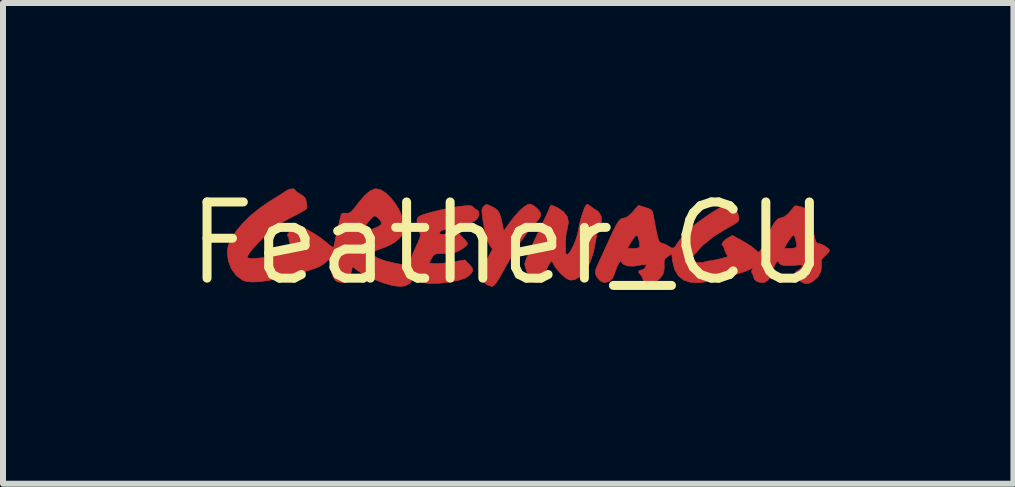
<source format=kicad_pcb>
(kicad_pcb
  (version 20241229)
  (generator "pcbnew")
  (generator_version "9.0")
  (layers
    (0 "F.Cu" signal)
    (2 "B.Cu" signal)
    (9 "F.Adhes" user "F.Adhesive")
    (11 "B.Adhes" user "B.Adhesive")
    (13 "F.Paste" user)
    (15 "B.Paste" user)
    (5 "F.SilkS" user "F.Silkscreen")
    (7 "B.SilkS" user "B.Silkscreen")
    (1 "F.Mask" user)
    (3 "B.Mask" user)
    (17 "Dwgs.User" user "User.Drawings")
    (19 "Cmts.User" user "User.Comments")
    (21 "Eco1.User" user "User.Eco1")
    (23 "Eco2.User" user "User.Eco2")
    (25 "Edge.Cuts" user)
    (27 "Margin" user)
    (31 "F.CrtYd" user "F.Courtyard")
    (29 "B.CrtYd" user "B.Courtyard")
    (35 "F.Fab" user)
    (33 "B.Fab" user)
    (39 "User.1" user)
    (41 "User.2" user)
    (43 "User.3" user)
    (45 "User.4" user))
  (footprint "Feather_CU"
    (layer "F.Cu")
    (at 5.42 1.006)
    (property "Reference" "Feather_CU" (at 0 0 0) (layer "F.SilkS") (effects (font (size 1.27 1.27) (thickness 0.15))))
    (attr through_hole)
    (fp_poly (pts (xy 0.399 -0.643) (xy 0.45 -0.608) (xy 0.478 -0.585) (xy 0.521 -0.539) (xy 0.541 -0.498) (xy 0.537 -0.453) (xy 0.506 -0.399) (xy 0.446 -0.327) (xy 0.393 -0.27) (xy 0.302 -0.162) (xy 0.199 -0.017) (xy 0.085 0.165) (xy -0.039 0.38) (xy -0.115 0.519) (xy -0.177 0.624) (xy -0.227 0.691) (xy -0.266 0.718) (xy -0.274 0.719) (xy -0.3 0.711) (xy -0.346 0.692) (xy -0.35 0.69) (xy -0.409 0.646) (xy -0.452 0.58) (xy -0.466 0.52) (xy -0.456 0.49) (xy -0.431 0.432) (xy -0.395 0.355) (xy -0.364 0.293) (xy -0.262 0.095) (xy -0.309 0.026) (xy -0.341 -0.033) (xy -0.368 -0.111) (xy -0.393 -0.217) (xy -0.416 -0.356) (xy -0.426 -0.421) (xy -0.436 -0.503) (xy -0.438 -0.555) (xy -0.431 -0.587) (xy -0.413 -0.612) (xy -0.407 -0.618) (xy -0.381 -0.641) (xy -0.357 -0.647) (xy -0.32 -0.636) (xy -0.27 -0.612) (xy -0.211 -0.579) (xy -0.17 -0.543) (xy -0.142 -0.492) (xy -0.119 -0.417) (xy -0.102 -0.341) (xy -0.074 -0.205) (xy 0.000459 -0.311) (xy 0.093 -0.435) (xy 0.181 -0.535) (xy 0.261 -0.607) (xy 0.328 -0.648) (xy 0.363 -0.656) (xy 0.399 -0.643)) (stroke (width 0.01) (type solid)) (fill yes) (layer "F.Cu"))
    (fp_poly (pts (xy 1.336 -0.643) (xy 1.379 -0.615) (xy 1.392 -0.604) (xy 1.437 -0.57) (xy 1.47 -0.551) (xy 1.475 -0.55) (xy 1.497 -0.534) (xy 1.527 -0.494) (xy 1.531 -0.487) (xy 1.554 -0.437) (xy 1.556 -0.387) (xy 1.545 -0.339) (xy 1.527 -0.286) (xy 1.51 -0.257) (xy 1.505 -0.254) (xy 1.495 -0.235) (xy 1.482 -0.183) (xy 1.469 -0.107) (xy 1.463 -0.069) (xy 1.422 0.143) (xy 1.364 0.317) (xy 1.289 0.454) (xy 1.198 0.552) (xy 1.177 0.567) (xy 1.102 0.607) (xy 1.036 0.613) (xy 0.968 0.585) (xy 0.893 0.521) (xy 0.874 0.502) (xy 0.819 0.439) (xy 0.776 0.383) (xy 0.753 0.344) (xy 0.753 0.343) (xy 0.736 0.307) (xy 0.724 0.296) (xy 0.703 0.314) (xy 0.674 0.359) (xy 0.644 0.418) (xy 0.617 0.479) (xy 0.605 0.519) (xy 0.574 0.588) (xy 0.524 0.638) (xy 0.47 0.656) (xy 0.424 0.641) (xy 0.397 0.619) (xy 0.353 0.556) (xy 0.313 0.477) (xy 0.285 0.399) (xy 0.275 0.343) (xy 0.284 0.306) (xy 0.31 0.238) (xy 0.349 0.144) (xy 0.4 0.03) (xy 0.459 -0.097) (xy 0.487 -0.156) (xy 0.547 -0.282) (xy 0.601 -0.395) (xy 0.646 -0.491) (xy 0.678 -0.563) (xy 0.696 -0.605) (xy 0.699 -0.614) (xy 0.71 -0.633) (xy 0.748 -0.627) (xy 0.816 -0.597) (xy 0.821 -0.595) (xy 0.922 -0.527) (xy 0.983 -0.448) (xy 1.004 -0.355) (xy 0.986 -0.248) (xy 0.981 -0.233) (xy 0.969 -0.181) (xy 0.96 -0.108) (xy 0.955 -0.025) (xy 0.954 0.056) (xy 0.956 0.126) (xy 0.963 0.175) (xy 0.973 0.191) (xy 1.007 0.171) (xy 1.045 0.119) (xy 1.085 0.043) (xy 1.123 -0.048) (xy 1.154 -0.146) (xy 1.175 -0.243) (xy 1.177 -0.258) (xy 1.191 -0.33) (xy 1.212 -0.414) (xy 1.238 -0.498) (xy 1.265 -0.573) (xy 1.29 -0.627) (xy 1.308 -0.651) (xy 1.309 -0.651) (xy 1.336 -0.643)) (stroke (width 0.01) (type solid)) (fill yes) (layer "F.Cu"))
    (fp_poly (pts (xy 3.668 -0.623) (xy 3.722 -0.593) (xy 3.776 -0.554) (xy 3.817 -0.515) (xy 3.831 -0.488) (xy 3.837 -0.441) (xy 3.844 -0.41) (xy 3.845 -0.387) (xy 3.831 -0.365) (xy 3.797 -0.338) (xy 3.736 -0.301) (xy 3.651 -0.254) (xy 3.428 -0.118) (xy 3.244 0.031) (xy 3.1 0.187) (xy 3.005 0.307) (xy 3.127 0.318) (xy 3.195 0.321) (xy 3.243 0.32) (xy 3.26 0.315) (xy 3.285 0.305) (xy 3.338 0.294) (xy 3.376 0.289) (xy 3.461 0.274) (xy 3.547 0.254) (xy 3.571 0.248) (xy 3.661 0.221) (xy 3.629 0.161) (xy 3.607 0.11) (xy 3.598 0.073) (xy 3.583 0.042) (xy 3.574 0.038) (xy 3.56 0.018) (xy 3.576 -0.017) (xy 3.614 -0.058) (xy 3.667 -0.094) (xy 3.739 -0.132) (xy 3.897 -0.045) (xy 3.978 0.002) (xy 4.049 0.049) (xy 4.099 0.088) (xy 4.106 0.095) (xy 4.146 0.131) (xy 4.177 0.148) (xy 4.179 0.148) (xy 4.196 0.13) (xy 4.223 0.085) (xy 4.595 0.085) (xy 4.677 0.085) (xy 4.739 0.082) (xy 4.785 0.074) (xy 4.79 0.073) (xy 4.808 0.05) (xy 4.806 0.001) (xy 4.786 -0.081) (xy 4.771 -0.127) (xy 4.754 -0.137) (xy 4.722 -0.11) (xy 4.675 -0.046) (xy 4.636 0.016) (xy 4.595 0.085) (xy 4.223 0.085) (xy 4.225 0.08) (xy 4.261 0.009) (xy 4.286 -0.046) (xy 4.351 -0.188) (xy 4.405 -0.293) (xy 4.452 -0.364) (xy 4.493 -0.406) (xy 4.533 -0.423) (xy 4.541 -0.423) (xy 4.599 -0.442) (xy 4.666 -0.494) (xy 4.734 -0.573) (xy 4.745 -0.588) (xy 4.767 -0.616) (xy 4.793 -0.626) (xy 4.836 -0.62) (xy 4.879 -0.609) (xy 4.956 -0.58) (xy 5.005 -0.537) (xy 5.034 -0.468) (xy 5.046 -0.402) (xy 5.058 -0.332) (xy 5.075 -0.24) (xy 5.093 -0.153) (xy 5.113 -0.072) (xy 5.131 -0.024) (xy 5.151 -0.003) (xy 5.166 0) (xy 5.211 0.011) (xy 5.266 0.037) (xy 5.317 0.071) (xy 5.35 0.103) (xy 5.355 0.116) (xy 5.34 0.146) (xy 5.303 0.188) (xy 5.281 0.209) (xy 5.236 0.252) (xy 5.217 0.29) (xy 5.217 0.34) (xy 5.22 0.364) (xy 5.213 0.463) (xy 5.167 0.552) (xy 5.087 0.626) (xy 5.056 0.644) (xy 5.001 0.669) (xy 4.96 0.672) (xy 4.913 0.657) (xy 4.868 0.631) (xy 4.855 0.604) (xy 4.855 0.602) (xy 4.849 0.569) (xy 4.825 0.538) (xy 4.79 0.5) (xy 4.793 0.471) (xy 4.835 0.444) (xy 4.842 0.44) (xy 4.886 0.409) (xy 4.901 0.379) (xy 4.886 0.36) (xy 4.847 0.359) (xy 4.797 0.365) (xy 4.723 0.369) (xy 4.668 0.37) (xy 4.595 0.368) (xy 4.552 0.359) (xy 4.528 0.34) (xy 4.519 0.326) (xy 4.497 0.299) (xy 4.473 0.308) (xy 4.445 0.354) (xy 4.412 0.439) (xy 4.407 0.453) (xy 4.378 0.526) (xy 4.347 0.587) (xy 4.329 0.614) (xy 4.275 0.648) (xy 4.212 0.654) (xy 4.15 0.637) (xy 4.104 0.6) (xy 4.085 0.546) (xy 4.085 0.545) (xy 4.074 0.507) (xy 4.064 0.497) (xy 4.054 0.469) (xy 4.064 0.445) (xy 4.074 0.422) (xy 4.066 0.418) (xy 4.031 0.432) (xy 4.005 0.444) (xy 3.949 0.467) (xy 3.862 0.496) (xy 3.753 0.529) (xy 3.634 0.563) (xy 3.514 0.594) (xy 3.403 0.621) (xy 3.348 0.633) (xy 3.177 0.656) (xy 3.036 0.649) (xy 2.922 0.61) (xy 2.836 0.541) (xy 2.776 0.439) (xy 2.741 0.304) (xy 2.738 0.28) (xy 2.725 0.175) (xy 2.659 0.219) (xy 2.617 0.251) (xy 2.6 0.286) (xy 2.599 0.341) (xy 2.6 0.354) (xy 2.599 0.429) (xy 2.586 0.497) (xy 2.582 0.509) (xy 2.534 0.581) (xy 2.466 0.634) (xy 2.389 0.663) (xy 2.314 0.66) (xy 2.291 0.652) (xy 2.255 0.621) (xy 2.244 0.593) (xy 2.229 0.552) (xy 2.202 0.519) (xy 2.173 0.48) (xy 2.182 0.453) (xy 2.223 0.445) (xy 2.258 0.431) (xy 2.287 0.4) (xy 2.3 0.368) (xy 2.295 0.355) (xy 2.269 0.352) (xy 2.219 0.359) (xy 2.206 0.362) (xy 2.089 0.38) (xy 1.994 0.377) (xy 1.927 0.354) (xy 1.907 0.336) (xy 1.871 0.291) (xy 1.836 0.345) (xy 1.809 0.399) (xy 1.783 0.471) (xy 1.777 0.495) (xy 1.739 0.582) (xy 1.682 0.636) (xy 1.608 0.653) (xy 1.592 0.652) (xy 1.54 0.629) (xy 1.492 0.58) (xy 1.458 0.521) (xy 1.45 0.465) (xy 1.452 0.457) (xy 1.458 0.438) (xy 1.47 0.408) (xy 1.49 0.363) (xy 1.518 0.299) (xy 1.558 0.212) (xy 1.61 0.098) (xy 1.616 0.085) (xy 1.987 0.085) (xy 2.082 0.085) (xy 2.142 0.081) (xy 2.183 0.07) (xy 2.19 0.065) (xy 2.193 0.034) (xy 2.185 -0.022) (xy 2.178 -0.053) (xy 2.162 -0.11) (xy 2.148 -0.133) (xy 2.13 -0.128) (xy 2.118 -0.118) (xy 2.086 -0.08) (xy 2.048 -0.022) (xy 2.035 -0.001) (xy 1.987 0.085) (xy 1.616 0.085) (xy 1.676 -0.046) (xy 1.754 -0.215) (xy 1.803 -0.312) (xy 1.844 -0.375) (xy 1.883 -0.41) (xy 1.925 -0.423) (xy 1.937 -0.423) (xy 1.987 -0.443) (xy 2.053 -0.501) (xy 2.079 -0.529) (xy 2.171 -0.635) (xy 2.287 -0.598) (xy 2.352 -0.575) (xy 2.389 -0.554) (xy 2.407 -0.52) (xy 2.42 -0.464) (xy 2.421 -0.455) (xy 2.448 -0.307) (xy 2.47 -0.196) (xy 2.488 -0.116) (xy 2.504 -0.062) (xy 2.52 -0.029) (xy 2.538 -0.011) (xy 2.558 -0.004) (xy 2.561 -0.003) (xy 2.616 0.015) (xy 2.67 0.044) (xy 2.719 0.075) (xy 2.754 0.078) (xy 2.785 0.052) (xy 2.823 -0.009) (xy 2.864 -0.064) (xy 2.925 -0.136) (xy 2.999 -0.212) (xy 3.036 -0.247) (xy 3.108 -0.308) (xy 3.196 -0.376) (xy 3.292 -0.444) (xy 3.389 -0.509) (xy 3.48 -0.566) (xy 3.556 -0.608) (xy 3.61 -0.632) (xy 3.627 -0.635) (xy 3.668 -0.623)) (stroke (width 0.01) (type solid)) (fill yes) (layer "F.Cu"))
    (fp_poly (pts (xy -2.122 -0.891) (xy -2.038 -0.838) (xy -1.956 -0.758) (xy -1.879 -0.66) (xy -1.814 -0.549) (xy -1.765 -0.434) (xy -1.739 -0.323) (xy -1.736 -0.273) (xy -1.738 -0.208) (xy -1.752 -0.162) (xy -1.784 -0.118) (xy -1.826 -0.075) (xy -1.885 -0.023) (xy -1.953 0.019) (xy -2.044 0.059) (xy -2.114 0.085) (xy -2.203 0.118) (xy -2.258 0.141) (xy -2.284 0.157) (xy -2.287 0.171) (xy -2.273 0.185) (xy -2.175 0.245) (xy -2.055 0.291) (xy -1.903 0.327) (xy -1.892 0.33) (xy -1.804 0.347) (xy -1.728 0.365) (xy -1.678 0.379) (xy -1.667 0.384) (xy -1.643 0.39) (xy -1.632 0.371) (xy -1.63 0.325) (xy -1.619 0.259) (xy -1.588 0.169) (xy -1.545 0.072) (xy -1.5 -0.024) (xy -1.474 -0.09) (xy -1.463 -0.133) (xy -1.467 -0.162) (xy -1.48 -0.181) (xy -1.494 -0.212) (xy -1.508 -0.27) (xy -1.515 -0.31) (xy -1.521 -0.376) (xy -1.516 -0.414) (xy -1.497 -0.439) (xy -1.479 -0.452) (xy -1.429 -0.474) (xy -1.345 -0.501) (xy -1.239 -0.53) (xy -1.117 -0.559) (xy -0.991 -0.585) (xy -0.868 -0.607) (xy -0.812 -0.615) (xy -0.721 -0.626) (xy -0.661 -0.631) (xy -0.624 -0.628) (xy -0.598 -0.617) (xy -0.575 -0.596) (xy -0.574 -0.595) (xy -0.535 -0.563) (xy -0.508 -0.55) (xy -0.493 -0.532) (xy -0.487 -0.488) (xy -0.507 -0.421) (xy -0.567 -0.368) (xy -0.665 -0.329) (xy -0.716 -0.317) (xy -0.804 -0.298) (xy -0.893 -0.275) (xy -0.931 -0.264) (xy -1.003 -0.243) (xy -1.068 -0.226) (xy -1.085 -0.223) (xy -1.13 -0.202) (xy -1.143 -0.177) (xy -1.138 -0.159) (xy -1.117 -0.151) (xy -1.071 -0.15) (xy -0.992 -0.156) (xy -0.988 -0.156) (xy -0.833 -0.17) (xy -0.755 -0.097) (xy -0.71 -0.049) (xy -0.682 -0.007) (xy -0.677 0.009) (xy -0.694 0.036) (xy -0.739 0.073) (xy -0.788 0.105) (xy -0.853 0.139) (xy -0.91 0.158) (xy -0.977 0.167) (xy -1.064 0.169) (xy -1.147 0.17) (xy -1.199 0.175) (xy -1.23 0.187) (xy -1.252 0.21) (xy -1.27 0.238) (xy -1.297 0.287) (xy -1.312 0.319) (xy -1.312 0.323) (xy -1.293 0.334) (xy -1.24 0.338) (xy -1.162 0.337) (xy -1.066 0.329) (xy -0.962 0.316) (xy -0.902 0.307) (xy -0.72 0.275) (xy -0.647 0.352) (xy -0.602 0.406) (xy -0.59 0.449) (xy -0.61 0.492) (xy -0.661 0.545) (xy -0.721 0.581) (xy -0.819 0.613) (xy -0.951 0.64) (xy -1.112 0.661) (xy -1.167 0.666) (xy -1.324 0.669) (xy -1.447 0.648) (xy -1.536 0.601) (xy -1.563 0.576) (xy -1.596 0.54) (xy -1.607 0.536) (xy -1.603 0.561) (xy -1.602 0.565) (xy -1.611 0.622) (xy -1.642 0.666) (xy -1.708 0.707) (xy -1.805 0.719) (xy -1.932 0.702) (xy -2.085 0.658) (xy -2.267 0.587) (xy -2.416 0.515) (xy -2.522 0.445) (xy -1.63 0.445) (xy -1.622 0.462) (xy -1.616 0.459) (xy -1.613 0.433) (xy -1.616 0.43) (xy -1.628 0.433) (xy -1.63 0.445) (xy -2.522 0.445) (xy -2.526 0.442) (xy -2.537 0.433) (xy -2.579 0.399) (xy -2.598 0.391) (xy -2.603 0.408) (xy -2.603 0.422) (xy -2.613 0.469) (xy -2.636 0.531) (xy -2.645 0.549) (xy -2.697 0.617) (xy -2.762 0.65) (xy -2.833 0.644) (xy -2.866 0.628) (xy -2.908 0.579) (xy -2.94 0.502) (xy -2.957 0.411) (xy -2.956 0.32) (xy -2.955 0.315) (xy -2.941 0.227) (xy -3.016 0.293) (xy -3.064 0.333) (xy -3.112 0.366) (xy -3.167 0.395) (xy -3.237 0.422) (xy -3.329 0.452) (xy -3.452 0.488) (xy -3.504 0.503) (xy -3.75 0.567) (xy -3.962 0.612) (xy -4.138 0.638) (xy -4.278 0.644) (xy -4.382 0.631) (xy -4.424 0.615) (xy -4.531 0.536) (xy -4.612 0.427) (xy -4.664 0.293) (xy -4.683 0.14) (xy -4.683 0.14) (xy -4.666 0.035) (xy -4.614 -0.083) (xy -4.53 -0.209) (xy -4.42 -0.339) (xy -4.286 -0.469) (xy -4.132 -0.594) (xy -3.963 -0.709) (xy -3.937 -0.725) (xy -3.854 -0.776) (xy -3.779 -0.823) (xy -3.724 -0.859) (xy -3.707 -0.872) (xy -3.66 -0.897) (xy -3.609 -0.909) (xy -3.57 -0.907) (xy -3.556 -0.891) (xy -3.539 -0.87) (xy -3.496 -0.839) (xy -3.466 -0.822) (xy -3.408 -0.784) (xy -3.378 -0.745) (xy -3.363 -0.688) (xy -3.363 -0.688) (xy -3.356 -0.629) (xy -3.357 -0.587) (xy -3.358 -0.582) (xy -3.38 -0.562) (xy -3.431 -0.531) (xy -3.501 -0.493) (xy -3.53 -0.478) (xy -3.63 -0.426) (xy -3.736 -0.366) (xy -3.827 -0.309) (xy -3.831 -0.307) (xy -3.919 -0.241) (xy -4.02 -0.153) (xy -4.124 -0.053) (xy -4.22 0.047) (xy -4.296 0.138) (xy -4.315 0.164) (xy -4.344 0.209) (xy -4.348 0.233) (xy -4.33 0.246) (xy -4.33 0.246) (xy -4.28 0.253) (xy -4.198 0.25) (xy -4.092 0.239) (xy -3.969 0.22) (xy -3.871 0.201) (xy -2.942 0.201) (xy -2.932 0.212) (xy -2.921 0.201) (xy -2.932 0.191) (xy -2.942 0.201) (xy -3.871 0.201) (xy -3.84 0.195) (xy -3.838 0.195) (xy -3.728 0.17) (xy -3.655 0.15) (xy -3.612 0.132) (xy -3.595 0.11) (xy -3.598 0.082) (xy -3.616 0.043) (xy -3.621 0.034) (xy -3.646 -0.022) (xy -3.655 -0.066) (xy -3.654 -0.075) (xy -3.657 -0.105) (xy -3.667 -0.111) (xy -3.683 -0.132) (xy -3.667 -0.168) (xy -3.622 -0.213) (xy -3.579 -0.245) (xy -3.494 -0.301) (xy -3.333 -0.219) (xy -3.235 -0.163) (xy -3.131 -0.094) (xy -3.043 -0.026) (xy -3.041 -0.025) (xy -2.976 0.03) (xy -2.935 0.058) (xy -2.913 0.064) (xy -2.904 0.049) (xy -2.904 0.049) (xy -2.893 -0.008) (xy -2.876 -0.087) (xy -2.856 -0.179) (xy -2.847 -0.217) (xy -2.432 -0.217) (xy -2.428 -0.196) (xy -2.392 -0.197) (xy -2.322 -0.218) (xy -2.247 -0.245) (xy -2.163 -0.28) (xy -2.119 -0.312) (xy -2.11 -0.347) (xy -2.136 -0.389) (xy -2.17 -0.424) (xy -2.202 -0.45) (xy -2.23 -0.456) (xy -2.261 -0.438) (xy -2.303 -0.393) (xy -2.35 -0.335) (xy -2.405 -0.263) (xy -2.432 -0.217) (xy -2.847 -0.217) (xy -2.834 -0.274) (xy -2.813 -0.363) (xy -2.796 -0.435) (xy -2.783 -0.482) (xy -2.779 -0.494) (xy -2.752 -0.504) (xy -2.707 -0.503) (xy -2.673 -0.502) (xy -2.641 -0.511) (xy -2.607 -0.538) (xy -2.563 -0.587) (xy -2.504 -0.664) (xy -2.481 -0.694) (xy -2.393 -0.797) (xy -2.309 -0.869) (xy -2.232 -0.906) (xy -2.2 -0.91) (xy -2.122 -0.891)) (stroke (width 0.01) (type solid)) (fill yes) (layer "F.Cu"))
    (fp_poly (pts (xy 0.399 -0.643) (xy 0.45 -0.608) (xy 0.478 -0.585) (xy 0.521 -0.539) (xy 0.541 -0.498) (xy 0.537 -0.453) (xy 0.506 -0.399) (xy 0.446 -0.327) (xy 0.393 -0.27) (xy 0.302 -0.162) (xy 0.199 -0.017) (xy 0.085 0.165) (xy -0.039 0.38) (xy -0.115 0.519) (xy -0.177 0.624) (xy -0.227 0.691) (xy -0.266 0.718) (xy -0.274 0.719) (xy -0.3 0.711) (xy -0.346 0.692) (xy -0.35 0.69) (xy -0.409 0.646) (xy -0.452 0.58) (xy -0.466 0.52) (xy -0.456 0.49) (xy -0.431 0.432) (xy -0.395 0.355) (xy -0.364 0.293) (xy -0.262 0.095) (xy -0.309 0.026) (xy -0.341 -0.033) (xy -0.368 -0.111) (xy -0.393 -0.217) (xy -0.416 -0.356) (xy -0.426 -0.421) (xy -0.436 -0.503) (xy -0.438 -0.555) (xy -0.431 -0.587) (xy -0.413 -0.612) (xy -0.407 -0.618) (xy -0.381 -0.641) (xy -0.357 -0.647) (xy -0.32 -0.636) (xy -0.27 -0.612) (xy -0.211 -0.579) (xy -0.17 -0.543) (xy -0.142 -0.492) (xy -0.119 -0.417) (xy -0.102 -0.341) (xy -0.074 -0.205) (xy 0.000459 -0.311) (xy 0.093 -0.435) (xy 0.181 -0.535) (xy 0.261 -0.607) (xy 0.328 -0.648) (xy 0.363 -0.656) (xy 0.399 -0.643)) (stroke (width 0.01) (type solid)) (fill yes) (layer "F.Mask"))
    (fp_poly (pts (xy 1.336 -0.643) (xy 1.379 -0.615) (xy 1.392 -0.604) (xy 1.437 -0.57) (xy 1.47 -0.551) (xy 1.475 -0.55) (xy 1.497 -0.534) (xy 1.527 -0.494) (xy 1.531 -0.487) (xy 1.554 -0.437) (xy 1.556 -0.387) (xy 1.545 -0.339) (xy 1.527 -0.286) (xy 1.51 -0.257) (xy 1.505 -0.254) (xy 1.495 -0.235) (xy 1.482 -0.183) (xy 1.469 -0.107) (xy 1.463 -0.069) (xy 1.422 0.143) (xy 1.364 0.317) (xy 1.289 0.454) (xy 1.198 0.552) (xy 1.177 0.567) (xy 1.102 0.607) (xy 1.036 0.613) (xy 0.968 0.585) (xy 0.893 0.521) (xy 0.874 0.502) (xy 0.819 0.439) (xy 0.776 0.383) (xy 0.753 0.344) (xy 0.753 0.343) (xy 0.736 0.307) (xy 0.724 0.296) (xy 0.703 0.314) (xy 0.674 0.359) (xy 0.644 0.418) (xy 0.617 0.479) (xy 0.605 0.519) (xy 0.574 0.588) (xy 0.524 0.638) (xy 0.47 0.656) (xy 0.424 0.641) (xy 0.397 0.619) (xy 0.353 0.556) (xy 0.313 0.477) (xy 0.285 0.399) (xy 0.275 0.343) (xy 0.284 0.306) (xy 0.31 0.238) (xy 0.349 0.144) (xy 0.4 0.03) (xy 0.459 -0.097) (xy 0.487 -0.156) (xy 0.547 -0.282) (xy 0.601 -0.395) (xy 0.646 -0.491) (xy 0.678 -0.563) (xy 0.696 -0.605) (xy 0.699 -0.614) (xy 0.71 -0.633) (xy 0.748 -0.627) (xy 0.816 -0.597) (xy 0.821 -0.595) (xy 0.922 -0.527) (xy 0.983 -0.448) (xy 1.004 -0.355) (xy 0.986 -0.248) (xy 0.981 -0.233) (xy 0.969 -0.181) (xy 0.96 -0.108) (xy 0.955 -0.025) (xy 0.954 0.056) (xy 0.956 0.126) (xy 0.963 0.175) (xy 0.973 0.191) (xy 1.007 0.171) (xy 1.045 0.119) (xy 1.085 0.043) (xy 1.123 -0.048) (xy 1.154 -0.146) (xy 1.175 -0.243) (xy 1.177 -0.258) (xy 1.191 -0.33) (xy 1.212 -0.414) (xy 1.238 -0.498) (xy 1.265 -0.573) (xy 1.29 -0.627) (xy 1.308 -0.651) (xy 1.309 -0.651) (xy 1.336 -0.643)) (stroke (width 0.01) (type solid)) (fill yes) (layer "F.Mask"))
    (fp_poly (pts (xy 3.668 -0.623) (xy 3.722 -0.593) (xy 3.776 -0.554) (xy 3.817 -0.515) (xy 3.831 -0.488) (xy 3.837 -0.441) (xy 3.844 -0.41) (xy 3.845 -0.387) (xy 3.831 -0.365) (xy 3.797 -0.338) (xy 3.736 -0.301) (xy 3.651 -0.254) (xy 3.428 -0.118) (xy 3.244 0.031) (xy 3.1 0.187) (xy 3.005 0.307) (xy 3.127 0.318) (xy 3.195 0.321) (xy 3.243 0.32) (xy 3.26 0.315) (xy 3.285 0.305) (xy 3.338 0.294) (xy 3.376 0.289) (xy 3.461 0.274) (xy 3.547 0.254) (xy 3.571 0.248) (xy 3.661 0.221) (xy 3.629 0.161) (xy 3.607 0.11) (xy 3.598 0.073) (xy 3.583 0.042) (xy 3.574 0.038) (xy 3.56 0.018) (xy 3.576 -0.017) (xy 3.614 -0.058) (xy 3.667 -0.094) (xy 3.739 -0.132) (xy 3.897 -0.045) (xy 3.978 0.002) (xy 4.049 0.049) (xy 4.099 0.088) (xy 4.106 0.095) (xy 4.146 0.131) (xy 4.177 0.148) (xy 4.179 0.148) (xy 4.196 0.13) (xy 4.223 0.085) (xy 4.595 0.085) (xy 4.677 0.085) (xy 4.739 0.082) (xy 4.785 0.074) (xy 4.79 0.073) (xy 4.808 0.05) (xy 4.806 0.001) (xy 4.786 -0.081) (xy 4.771 -0.127) (xy 4.754 -0.137) (xy 4.722 -0.11) (xy 4.675 -0.046) (xy 4.636 0.016) (xy 4.595 0.085) (xy 4.223 0.085) (xy 4.225 0.08) (xy 4.261 0.009) (xy 4.286 -0.046) (xy 4.351 -0.188) (xy 4.405 -0.293) (xy 4.452 -0.364) (xy 4.493 -0.406) (xy 4.533 -0.423) (xy 4.541 -0.423) (xy 4.599 -0.442) (xy 4.666 -0.494) (xy 4.734 -0.573) (xy 4.745 -0.588) (xy 4.767 -0.616) (xy 4.793 -0.626) (xy 4.836 -0.62) (xy 4.879 -0.609) (xy 4.956 -0.58) (xy 5.005 -0.537) (xy 5.034 -0.468) (xy 5.046 -0.402) (xy 5.058 -0.332) (xy 5.075 -0.24) (xy 5.093 -0.153) (xy 5.113 -0.072) (xy 5.131 -0.024) (xy 5.151 -0.003) (xy 5.166 0) (xy 5.211 0.011) (xy 5.266 0.037) (xy 5.317 0.071) (xy 5.35 0.103) (xy 5.355 0.116) (xy 5.34 0.146) (xy 5.303 0.188) (xy 5.281 0.209) (xy 5.236 0.252) (xy 5.217 0.29) (xy 5.217 0.34) (xy 5.22 0.364) (xy 5.213 0.463) (xy 5.167 0.552) (xy 5.087 0.626) (xy 5.056 0.644) (xy 5.001 0.669) (xy 4.96 0.672) (xy 4.913 0.657) (xy 4.868 0.631) (xy 4.855 0.604) (xy 4.855 0.602) (xy 4.849 0.569) (xy 4.825 0.538) (xy 4.79 0.5) (xy 4.793 0.471) (xy 4.835 0.444) (xy 4.842 0.44) (xy 4.886 0.409) (xy 4.901 0.379) (xy 4.886 0.36) (xy 4.847 0.359) (xy 4.797 0.365) (xy 4.723 0.369) (xy 4.668 0.37) (xy 4.595 0.368) (xy 4.552 0.359) (xy 4.528 0.34) (xy 4.519 0.326) (xy 4.497 0.299) (xy 4.473 0.308) (xy 4.445 0.354) (xy 4.412 0.439) (xy 4.407 0.453) (xy 4.378 0.526) (xy 4.347 0.587) (xy 4.329 0.614) (xy 4.275 0.648) (xy 4.212 0.654) (xy 4.15 0.637) (xy 4.104 0.6) (xy 4.085 0.546) (xy 4.085 0.545) (xy 4.074 0.507) (xy 4.064 0.497) (xy 4.054 0.469) (xy 4.064 0.445) (xy 4.074 0.422) (xy 4.066 0.418) (xy 4.031 0.432) (xy 4.005 0.444) (xy 3.949 0.467) (xy 3.862 0.496) (xy 3.753 0.529) (xy 3.634 0.563) (xy 3.514 0.594) (xy 3.403 0.621) (xy 3.348 0.633) (xy 3.177 0.656) (xy 3.036 0.649) (xy 2.922 0.61) (xy 2.836 0.541) (xy 2.776 0.439) (xy 2.741 0.304) (xy 2.738 0.28) (xy 2.725 0.175) (xy 2.659 0.219) (xy 2.617 0.251) (xy 2.6 0.286) (xy 2.599 0.341) (xy 2.6 0.354) (xy 2.599 0.429) (xy 2.586 0.497) (xy 2.582 0.509) (xy 2.534 0.581) (xy 2.466 0.634) (xy 2.389 0.663) (xy 2.314 0.66) (xy 2.291 0.652) (xy 2.255 0.621) (xy 2.244 0.593) (xy 2.229 0.552) (xy 2.202 0.519) (xy 2.173 0.48) (xy 2.182 0.453) (xy 2.223 0.445) (xy 2.258 0.431) (xy 2.287 0.4) (xy 2.3 0.368) (xy 2.295 0.355) (xy 2.269 0.352) (xy 2.219 0.359) (xy 2.206 0.362) (xy 2.089 0.38) (xy 1.994 0.377) (xy 1.927 0.354) (xy 1.907 0.336) (xy 1.871 0.291) (xy 1.836 0.345) (xy 1.809 0.399) (xy 1.783 0.471) (xy 1.777 0.495) (xy 1.739 0.582) (xy 1.682 0.636) (xy 1.608 0.653) (xy 1.592 0.652) (xy 1.54 0.629) (xy 1.492 0.58) (xy 1.458 0.521) (xy 1.45 0.465) (xy 1.452 0.457) (xy 1.458 0.438) (xy 1.47 0.408) (xy 1.49 0.363) (xy 1.518 0.299) (xy 1.558 0.212) (xy 1.61 0.098) (xy 1.616 0.085) (xy 1.987 0.085) (xy 2.082 0.085) (xy 2.142 0.081) (xy 2.183 0.07) (xy 2.19 0.065) (xy 2.193 0.034) (xy 2.185 -0.022) (xy 2.178 -0.053) (xy 2.162 -0.11) (xy 2.148 -0.133) (xy 2.13 -0.128) (xy 2.118 -0.118) (xy 2.086 -0.08) (xy 2.048 -0.022) (xy 2.035 -0.001) (xy 1.987 0.085) (xy 1.616 0.085) (xy 1.676 -0.046) (xy 1.754 -0.215) (xy 1.803 -0.312) (xy 1.844 -0.375) (xy 1.883 -0.41) (xy 1.925 -0.423) (xy 1.937 -0.423) (xy 1.987 -0.443) (xy 2.053 -0.501) (xy 2.079 -0.529) (xy 2.171 -0.635) (xy 2.287 -0.598) (xy 2.352 -0.575) (xy 2.389 -0.554) (xy 2.407 -0.52) (xy 2.42 -0.464) (xy 2.421 -0.455) (xy 2.448 -0.307) (xy 2.47 -0.196) (xy 2.488 -0.116) (xy 2.504 -0.062) (xy 2.52 -0.029) (xy 2.538 -0.011) (xy 2.558 -0.004) (xy 2.561 -0.003) (xy 2.616 0.015) (xy 2.67 0.044) (xy 2.719 0.075) (xy 2.754 0.078) (xy 2.785 0.052) (xy 2.823 -0.009) (xy 2.864 -0.064) (xy 2.925 -0.136) (xy 2.999 -0.212) (xy 3.036 -0.247) (xy 3.108 -0.308) (xy 3.196 -0.376) (xy 3.292 -0.444) (xy 3.389 -0.509) (xy 3.48 -0.566) (xy 3.556 -0.608) (xy 3.61 -0.632) (xy 3.627 -0.635) (xy 3.668 -0.623)) (stroke (width 0.01) (type solid)) (fill yes) (layer "F.Mask"))
    (fp_poly (pts (xy -2.122 -0.891) (xy -2.038 -0.838) (xy -1.956 -0.758) (xy -1.879 -0.66) (xy -1.814 -0.549) (xy -1.765 -0.434) (xy -1.739 -0.323) (xy -1.736 -0.273) (xy -1.738 -0.208) (xy -1.752 -0.162) (xy -1.784 -0.118) (xy -1.826 -0.075) (xy -1.885 -0.023) (xy -1.953 0.019) (xy -2.044 0.059) (xy -2.114 0.085) (xy -2.203 0.118) (xy -2.258 0.141) (xy -2.284 0.157) (xy -2.287 0.171) (xy -2.273 0.185) (xy -2.175 0.245) (xy -2.055 0.291) (xy -1.903 0.327) (xy -1.892 0.33) (xy -1.804 0.347) (xy -1.728 0.365) (xy -1.678 0.379) (xy -1.667 0.384) (xy -1.643 0.39) (xy -1.632 0.371) (xy -1.63 0.325) (xy -1.619 0.259) (xy -1.588 0.169) (xy -1.545 0.072) (xy -1.5 -0.024) (xy -1.474 -0.09) (xy -1.463 -0.133) (xy -1.467 -0.162) (xy -1.48 -0.181) (xy -1.494 -0.212) (xy -1.508 -0.27) (xy -1.515 -0.31) (xy -1.521 -0.376) (xy -1.516 -0.414) (xy -1.497 -0.439) (xy -1.479 -0.452) (xy -1.429 -0.474) (xy -1.345 -0.501) (xy -1.239 -0.53) (xy -1.117 -0.559) (xy -0.991 -0.585) (xy -0.868 -0.607) (xy -0.812 -0.615) (xy -0.721 -0.626) (xy -0.661 -0.631) (xy -0.624 -0.628) (xy -0.598 -0.617) (xy -0.575 -0.596) (xy -0.574 -0.595) (xy -0.535 -0.563) (xy -0.508 -0.55) (xy -0.493 -0.532) (xy -0.487 -0.488) (xy -0.507 -0.421) (xy -0.567 -0.368) (xy -0.665 -0.329) (xy -0.716 -0.317) (xy -0.804 -0.298) (xy -0.893 -0.275) (xy -0.931 -0.264) (xy -1.003 -0.243) (xy -1.068 -0.226) (xy -1.085 -0.223) (xy -1.13 -0.202) (xy -1.143 -0.177) (xy -1.138 -0.159) (xy -1.117 -0.151) (xy -1.071 -0.15) (xy -0.992 -0.156) (xy -0.988 -0.156) (xy -0.833 -0.17) (xy -0.755 -0.097) (xy -0.71 -0.049) (xy -0.682 -0.007) (xy -0.677 0.009) (xy -0.694 0.036) (xy -0.739 0.073) (xy -0.788 0.105) (xy -0.853 0.139) (xy -0.91 0.158) (xy -0.977 0.167) (xy -1.064 0.169) (xy -1.147 0.17) (xy -1.199 0.175) (xy -1.23 0.187) (xy -1.252 0.21) (xy -1.27 0.238) (xy -1.297 0.287) (xy -1.312 0.319) (xy -1.312 0.323) (xy -1.293 0.334) (xy -1.24 0.338) (xy -1.162 0.337) (xy -1.066 0.329) (xy -0.962 0.316) (xy -0.902 0.307) (xy -0.72 0.275) (xy -0.647 0.352) (xy -0.602 0.406) (xy -0.59 0.449) (xy -0.61 0.492) (xy -0.661 0.545) (xy -0.721 0.581) (xy -0.819 0.613) (xy -0.951 0.64) (xy -1.112 0.661) (xy -1.167 0.666) (xy -1.324 0.669) (xy -1.447 0.648) (xy -1.536 0.601) (xy -1.563 0.576) (xy -1.596 0.54) (xy -1.607 0.536) (xy -1.603 0.561) (xy -1.602 0.565) (xy -1.611 0.622) (xy -1.642 0.666) (xy -1.708 0.707) (xy -1.805 0.719) (xy -1.932 0.702) (xy -2.085 0.658) (xy -2.267 0.587) (xy -2.416 0.515) (xy -2.522 0.445) (xy -1.63 0.445) (xy -1.622 0.462) (xy -1.616 0.459) (xy -1.613 0.433) (xy -1.616 0.43) (xy -1.628 0.433) (xy -1.63 0.445) (xy -2.522 0.445) (xy -2.526 0.442) (xy -2.537 0.433) (xy -2.579 0.399) (xy -2.598 0.391) (xy -2.603 0.408) (xy -2.603 0.422) (xy -2.613 0.469) (xy -2.636 0.531) (xy -2.645 0.549) (xy -2.697 0.617) (xy -2.762 0.65) (xy -2.833 0.644) (xy -2.866 0.628) (xy -2.908 0.579) (xy -2.94 0.502) (xy -2.957 0.411) (xy -2.956 0.32) (xy -2.955 0.315) (xy -2.941 0.227) (xy -3.016 0.293) (xy -3.064 0.333) (xy -3.112 0.366) (xy -3.167 0.395) (xy -3.237 0.422) (xy -3.329 0.452) (xy -3.452 0.488) (xy -3.504 0.503) (xy -3.75 0.567) (xy -3.962 0.612) (xy -4.138 0.638) (xy -4.278 0.644) (xy -4.382 0.631) (xy -4.424 0.615) (xy -4.531 0.536) (xy -4.612 0.427) (xy -4.664 0.293) (xy -4.683 0.14) (xy -4.683 0.14) (xy -4.666 0.035) (xy -4.614 -0.083) (xy -4.53 -0.209) (xy -4.42 -0.339) (xy -4.286 -0.469) (xy -4.132 -0.594) (xy -3.963 -0.709) (xy -3.937 -0.725) (xy -3.854 -0.776) (xy -3.779 -0.823) (xy -3.724 -0.859) (xy -3.707 -0.872) (xy -3.66 -0.897) (xy -3.609 -0.909) (xy -3.57 -0.907) (xy -3.556 -0.891) (xy -3.539 -0.87) (xy -3.496 -0.839) (xy -3.466 -0.822) (xy -3.408 -0.784) (xy -3.378 -0.745) (xy -3.363 -0.688) (xy -3.363 -0.688) (xy -3.356 -0.629) (xy -3.357 -0.587) (xy -3.358 -0.582) (xy -3.38 -0.562) (xy -3.431 -0.531) (xy -3.501 -0.493) (xy -3.53 -0.478) (xy -3.63 -0.426) (xy -3.736 -0.366) (xy -3.827 -0.309) (xy -3.831 -0.307) (xy -3.919 -0.241) (xy -4.02 -0.153) (xy -4.124 -0.053) (xy -4.22 0.047) (xy -4.296 0.138) (xy -4.315 0.164) (xy -4.344 0.209) (xy -4.348 0.233) (xy -4.33 0.246) (xy -4.33 0.246) (xy -4.28 0.253) (xy -4.198 0.25) (xy -4.092 0.239) (xy -3.969 0.22) (xy -3.871 0.201) (xy -2.942 0.201) (xy -2.932 0.212) (xy -2.921 0.201) (xy -2.932 0.191) (xy -2.942 0.201) (xy -3.871 0.201) (xy -3.84 0.195) (xy -3.838 0.195) (xy -3.728 0.17) (xy -3.655 0.15) (xy -3.612 0.132) (xy -3.595 0.11) (xy -3.598 0.082) (xy -3.616 0.043) (xy -3.621 0.034) (xy -3.646 -0.022) (xy -3.655 -0.066) (xy -3.654 -0.075) (xy -3.657 -0.105) (xy -3.667 -0.111) (xy -3.683 -0.132) (xy -3.667 -0.168) (xy -3.622 -0.213) (xy -3.579 -0.245) (xy -3.494 -0.301) (xy -3.333 -0.219) (xy -3.235 -0.163) (xy -3.131 -0.094) (xy -3.043 -0.026) (xy -3.041 -0.025) (xy -2.976 0.03) (xy -2.935 0.058) (xy -2.913 0.064) (xy -2.904 0.049) (xy -2.904 0.049) (xy -2.893 -0.008) (xy -2.876 -0.087) (xy -2.856 -0.179) (xy -2.847 -0.217) (xy -2.432 -0.217) (xy -2.428 -0.196) (xy -2.392 -0.197) (xy -2.322 -0.218) (xy -2.247 -0.245) (xy -2.163 -0.28) (xy -2.119 -0.312) (xy -2.11 -0.347) (xy -2.136 -0.389) (xy -2.17 -0.424) (xy -2.202 -0.45) (xy -2.23 -0.456) (xy -2.261 -0.438) (xy -2.303 -0.393) (xy -2.35 -0.335) (xy -2.405 -0.263) (xy -2.432 -0.217) (xy -2.847 -0.217) (xy -2.834 -0.274) (xy -2.813 -0.363) (xy -2.796 -0.435) (xy -2.783 -0.482) (xy -2.779 -0.494) (xy -2.752 -0.504) (xy -2.707 -0.503) (xy -2.673 -0.502) (xy -2.641 -0.511) (xy -2.607 -0.538) (xy -2.563 -0.587) (xy -2.504 -0.664) (xy -2.481 -0.694) (xy -2.393 -0.797) (xy -2.309 -0.869) (xy -2.232 -0.906) (xy -2.2 -0.91) (xy -2.122 -0.891)) (stroke (width 0.01) (type solid)) (fill yes) (layer "F.Mask")))
  (gr_rect
    (start -3 -3)
    (end 13.84 5.012)
    (stroke (width 0.1) (type default))
    (fill no)
    (layer "Edge.Cuts")))
</source>
